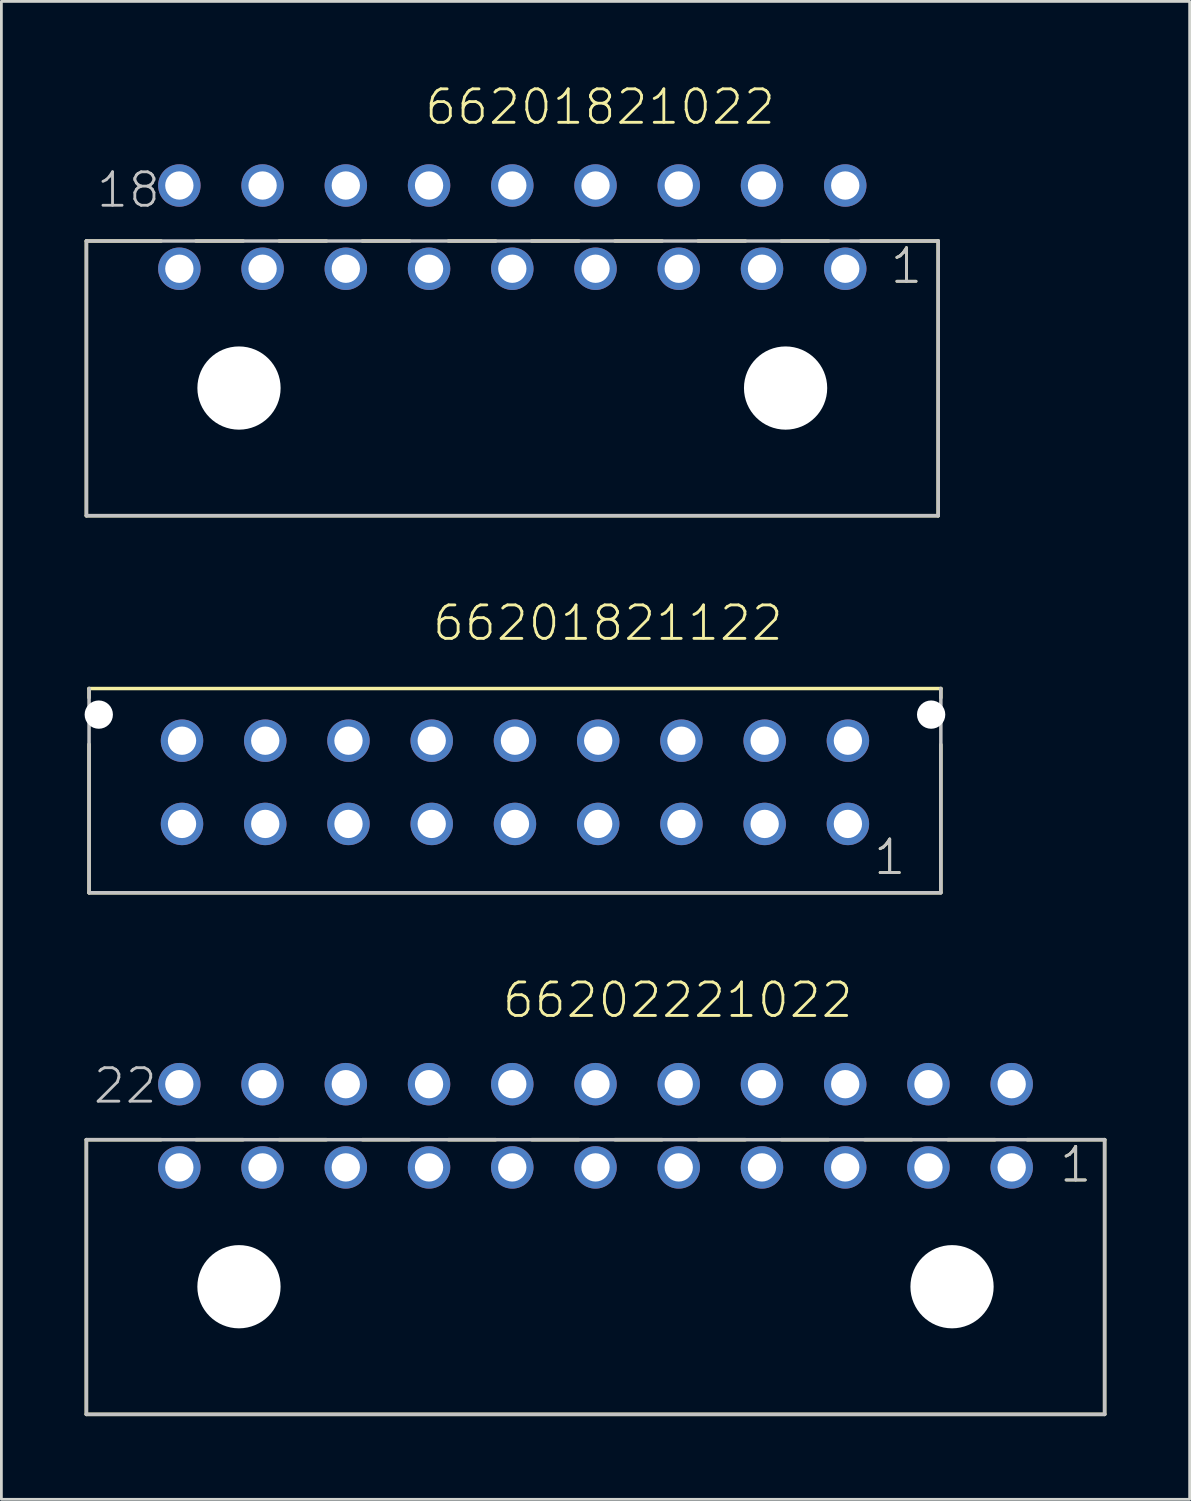
<source format=kicad_pcb>
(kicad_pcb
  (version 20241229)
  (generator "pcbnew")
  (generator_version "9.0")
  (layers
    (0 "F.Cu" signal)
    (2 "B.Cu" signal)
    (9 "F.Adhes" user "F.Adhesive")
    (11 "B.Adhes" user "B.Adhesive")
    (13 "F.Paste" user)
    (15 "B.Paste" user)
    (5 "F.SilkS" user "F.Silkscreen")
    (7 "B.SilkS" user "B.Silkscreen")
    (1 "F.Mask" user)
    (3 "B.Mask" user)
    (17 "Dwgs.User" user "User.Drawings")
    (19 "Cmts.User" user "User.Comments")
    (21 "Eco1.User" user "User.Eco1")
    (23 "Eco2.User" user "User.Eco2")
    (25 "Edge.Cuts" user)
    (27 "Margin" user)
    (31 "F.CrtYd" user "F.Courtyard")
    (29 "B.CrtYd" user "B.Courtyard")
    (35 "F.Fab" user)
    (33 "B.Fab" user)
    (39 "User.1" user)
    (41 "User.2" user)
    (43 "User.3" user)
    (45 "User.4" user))
  (footprint "66201821122"
    (layer "F.Cu")
    (at 15.51 25.146)
    (property "Reference" "66201821122" (at -3.035 -5.035 0) (layer "F.SilkS") (effects (font (size 1.206 1.206) (thickness 0.102)) (justify left bottom)))
    (attr through_hole)
    (fp_line (start -15.35 -3.05) (end -15.35 -3.38) (stroke (width 0.127) (type solid)) (layer "F.SilkS"))
    (fp_line (start -15.35 -1.37) (end -15.35 3.98) (stroke (width 0.127) (type solid)) (layer "F.SilkS"))
    (fp_line (start -15.35 3.98) (end 15.35 3.98) (stroke (width 0.127) (type solid)) (layer "F.SilkS"))
    (fp_line (start 15.35 -3.38) (end -15.35 -3.38) (stroke (width 0.127) (type solid)) (layer "F.SilkS"))
    (fp_line (start 15.35 -3.05) (end 15.35 -3.38) (stroke (width 0.127) (type solid)) (layer "F.SilkS"))
    (fp_line (start 15.35 -1.36) (end 15.35 3.94) (stroke (width 0.127) (type solid)) (layer "F.SilkS"))
    (fp_line (start -15.35 -3.38) (end -15.35 3.98) (stroke (width 0.127) (type solid)) (layer "Dwgs.User"))
    (fp_line (start -15.35 3.98) (end 15.35 3.98) (stroke (width 0.127) (type solid)) (layer "Dwgs.User"))
    (fp_line (start 15.35 3.98) (end 15.35 -3.38) (stroke (width 0.127) (type solid)) (layer "Dwgs.User"))
    (fp_text user "1" (at 12.865 3.405 0) (layer "F.SilkS") (effects (font (size 1.206 1.206) (thickness 0.102)) (justify left bottom)))
    (fp_text user "1" (at 12.865 3.405 0) (layer "Dwgs.User") (effects (font (size 1.206 1.206) (thickness 0.102)) (justify left bottom)))
    (pad "" np_thru_hole circle (at -15 -2.44) (size 1.02 1.02) (drill 1.02) (layers "*.Cu"))
    (pad "" np_thru_hole circle (at 15 -2.44) (size 1.02 1.02) (drill 1.02) (layers "*.Cu"))
    (pad "1" thru_hole circle (at 12 1.5) (size 1.53 1.53) (drill 1.02) (layers "*.Cu" "*.Mask"))
    (pad "2" thru_hole circle (at 9 1.5) (size 1.53 1.53) (drill 1.02) (layers "*.Cu" "*.Mask"))
    (pad "3" thru_hole circle (at 6 1.5) (size 1.53 1.53) (drill 1.02) (layers "*.Cu" "*.Mask"))
    (pad "4" thru_hole circle (at 3 1.5) (size 1.53 1.53) (drill 1.02) (layers "*.Cu" "*.Mask"))
    (pad "5" thru_hole circle (at 0 1.5) (size 1.53 1.53) (drill 1.02) (layers "*.Cu" "*.Mask"))
    (pad "6" thru_hole circle (at -3 1.5) (size 1.53 1.53) (drill 1.02) (layers "*.Cu" "*.Mask"))
    (pad "7" thru_hole circle (at -6 1.5) (size 1.53 1.53) (drill 1.02) (layers "*.Cu" "*.Mask"))
    (pad "8" thru_hole circle (at -9 1.5) (size 1.53 1.53) (drill 1.02) (layers "*.Cu" "*.Mask"))
    (pad "9" thru_hole circle (at -12 1.5) (size 1.53 1.53) (drill 1.02) (layers "*.Cu" "*.Mask"))
    (pad "10" thru_hole circle (at 12 -1.5) (size 1.53 1.53) (drill 1.02) (layers "*.Cu" "*.Mask"))
    (pad "11" thru_hole circle (at 9 -1.5) (size 1.53 1.53) (drill 1.02) (layers "*.Cu" "*.Mask"))
    (pad "12" thru_hole circle (at 6 -1.5) (size 1.53 1.53) (drill 1.02) (layers "*.Cu" "*.Mask"))
    (pad "13" thru_hole circle (at 3 -1.5) (size 1.53 1.53) (drill 1.02) (layers "*.Cu" "*.Mask"))
    (pad "14" thru_hole circle (at 0 -1.5) (size 1.53 1.53) (drill 1.02) (layers "*.Cu" "*.Mask"))
    (pad "15" thru_hole circle (at -3 -1.5) (size 1.53 1.53) (drill 1.02) (layers "*.Cu" "*.Mask"))
    (pad "16" thru_hole circle (at -6 -1.5) (size 1.53 1.53) (drill 1.02) (layers "*.Cu" "*.Mask"))
    (pad "17" thru_hole circle (at -9 -1.5) (size 1.53 1.53) (drill 1.02) (layers "*.Cu" "*.Mask"))
    (pad "18" thru_hole circle (at -12 -1.5) (size 1.53 1.53) (drill 1.02) (layers "*.Cu" "*.Mask")))
  (footprint "66202221022"
    (layer "F.Cu")
    (at 18.413 43.326)
    (property "Reference" "66202221022" (at -3.42 -9.625 0) (layer "F.SilkS") (effects (font (size 1.206 1.206) (thickness 0.102)) (justify left bottom)))
    (attr through_hole)
    (fp_line (start -18.35 4.6) (end -18.35 -5.3) (stroke (width 0.127) (type solid)) (layer "F.SilkS"))
    (fp_line (start -15.66 -5.3) (end -18.35 -5.3) (stroke (width 0.127) (type solid)) (layer "F.SilkS"))
    (fp_line (start -14.4 -5.3) (end -12.7 -5.3) (stroke (width 0.127) (type solid)) (layer "F.SilkS"))
    (fp_line (start -11.4 -5.3) (end -9.7 -5.3) (stroke (width 0.127) (type solid)) (layer "F.SilkS"))
    (fp_line (start -8.4 -5.3) (end -6.7 -5.3) (stroke (width 0.127) (type solid)) (layer "F.SilkS"))
    (fp_line (start -5.3 -5.3) (end -3.6 -5.3) (stroke (width 0.127) (type solid)) (layer "F.SilkS"))
    (fp_line (start -2.3 -5.3) (end -0.6 -5.3) (stroke (width 0.127) (type solid)) (layer "F.SilkS"))
    (fp_line (start 0.7 -5.3) (end 2.4 -5.3) (stroke (width 0.127) (type solid)) (layer "F.SilkS"))
    (fp_line (start 3.7 -5.3) (end 5.4 -5.3) (stroke (width 0.127) (type solid)) (layer "F.SilkS"))
    (fp_line (start 6.7 -5.3) (end 8.4 -5.3) (stroke (width 0.127) (type solid)) (layer "F.SilkS"))
    (fp_line (start 9.7 -5.3) (end 11.4 -5.3) (stroke (width 0.127) (type solid)) (layer "F.SilkS"))
    (fp_line (start 12.7 -5.3) (end 14.4 -5.3) (stroke (width 0.127) (type solid)) (layer "F.SilkS"))
    (fp_line (start 15.56 -5.3) (end 18.35 -5.3) (stroke (width 0.127) (type solid)) (layer "F.SilkS"))
    (fp_line (start 18.35 -5.3) (end 18.35 4.6) (stroke (width 0.127) (type solid)) (layer "F.SilkS"))
    (fp_line (start 18.35 4.6) (end -18.35 4.6) (stroke (width 0.127) (type solid)) (layer "F.SilkS"))
    (fp_line (start -18.35 -5.3) (end 18.35 -5.3) (stroke (width 0.127) (type solid)) (layer "Dwgs.User"))
    (fp_line (start -18.35 4.6) (end -18.35 -5.3) (stroke (width 0.127) (type solid)) (layer "Dwgs.User"))
    (fp_line (start 18.35 -5.3) (end 18.35 4.6) (stroke (width 0.127) (type solid)) (layer "Dwgs.User"))
    (fp_line (start 18.35 4.6) (end -18.35 4.6) (stroke (width 0.127) (type solid)) (layer "Dwgs.User"))
    (fp_text user "1" (at 16.665 -3.695 0) (layer "F.SilkS") (effects (font (size 1.206 1.206) (thickness 0.102)) (justify left bottom)))
    (fp_text user "1" (at 16.665 -3.695 0) (layer "Dwgs.User") (effects (font (size 1.206 1.206) (thickness 0.102)) (justify left bottom)))
    (fp_text user "22" (at -18.165 -6.535 0) (layer "Dwgs.User") (effects (font (size 1.206 1.206) (thickness 0.102)) (justify left bottom)))
    (pad "" np_thru_hole circle (at -12.85 0) (size 3 3) (drill 3) (layers "*.Cu"))
    (pad "" np_thru_hole circle (at 12.85 0) (size 3 3) (drill 3) (layers "*.Cu"))
    (pad "1" thru_hole circle (at 15 -4.3) (size 1.53 1.53) (drill 1.02) (layers "*.Cu" "*.Mask"))
    (pad "2" thru_hole circle (at 12 -4.3) (size 1.53 1.53) (drill 1.02) (layers "*.Cu" "*.Mask"))
    (pad "3" thru_hole circle (at 9 -4.3) (size 1.53 1.53) (drill 1.02) (layers "*.Cu" "*.Mask"))
    (pad "4" thru_hole circle (at 6 -4.3) (size 1.53 1.53) (drill 1.02) (layers "*.Cu" "*.Mask"))
    (pad "5" thru_hole circle (at 3 -4.3) (size 1.53 1.53) (drill 1.02) (layers "*.Cu" "*.Mask"))
    (pad "6" thru_hole circle (at 0 -4.3) (size 1.53 1.53) (drill 1.02) (layers "*.Cu" "*.Mask"))
    (pad "7" thru_hole circle (at -3 -4.3) (size 1.53 1.53) (drill 1.02) (layers "*.Cu" "*.Mask"))
    (pad "8" thru_hole circle (at -6 -4.3) (size 1.53 1.53) (drill 1.02) (layers "*.Cu" "*.Mask"))
    (pad "9" thru_hole circle (at -9 -4.3) (size 1.53 1.53) (drill 1.02) (layers "*.Cu" "*.Mask"))
    (pad "10" thru_hole circle (at -12 -4.3) (size 1.53 1.53) (drill 1.02) (layers "*.Cu" "*.Mask"))
    (pad "11" thru_hole circle (at -15 -4.3) (size 1.53 1.53) (drill 1.02) (layers "*.Cu" "*.Mask"))
    (pad "12" thru_hole circle (at 15 -7.3) (size 1.53 1.53) (drill 1.02) (layers "*.Cu" "*.Mask"))
    (pad "13" thru_hole circle (at 12 -7.3) (size 1.53 1.53) (drill 1.02) (layers "*.Cu" "*.Mask"))
    (pad "14" thru_hole circle (at 9 -7.3) (size 1.53 1.53) (drill 1.02) (layers "*.Cu" "*.Mask"))
    (pad "15" thru_hole circle (at 6 -7.3) (size 1.53 1.53) (drill 1.02) (layers "*.Cu" "*.Mask"))
    (pad "16" thru_hole circle (at 3 -7.3) (size 1.53 1.53) (drill 1.02) (layers "*.Cu" "*.Mask"))
    (pad "17" thru_hole circle (at 0 -7.3) (size 1.53 1.53) (drill 1.02) (layers "*.Cu" "*.Mask"))
    (pad "18" thru_hole circle (at -3 -7.3) (size 1.53 1.53) (drill 1.02) (layers "*.Cu" "*.Mask"))
    (pad "19" thru_hole circle (at -6 -7.3) (size 1.53 1.53) (drill 1.02) (layers "*.Cu" "*.Mask"))
    (pad "20" thru_hole circle (at -9 -7.3) (size 1.53 1.53) (drill 1.02) (layers "*.Cu" "*.Mask"))
    (pad "21" thru_hole circle (at -12 -7.3) (size 1.53 1.53) (drill 1.02) (layers "*.Cu" "*.Mask"))
    (pad "22" thru_hole circle (at -15 -7.3) (size 1.53 1.53) (drill 1.02) (layers "*.Cu" "*.Mask")))
  (footprint "66201821022"
    (layer "F.Cu")
    (at 15.414 10.936)
    (property "Reference" "66201821022" (at -3.22 -9.425 0) (layer "F.SilkS") (effects (font (size 1.206 1.206) (thickness 0.102)) (justify left bottom)))
    (attr through_hole)
    (fp_line (start -15.35 4.6) (end -15.35 -5.3) (stroke (width 0.127) (type solid)) (layer "F.SilkS"))
    (fp_line (start -12.66 -5.3) (end -15.35 -5.3) (stroke (width 0.127) (type solid)) (layer "F.SilkS"))
    (fp_line (start -11.4 -5.3) (end -9.7 -5.3) (stroke (width 0.127) (type solid)) (layer "F.SilkS"))
    (fp_line (start -8.4 -5.3) (end -6.7 -5.3) (stroke (width 0.127) (type solid)) (layer "F.SilkS"))
    (fp_line (start -5.4 -5.3) (end -3.7 -5.3) (stroke (width 0.127) (type solid)) (layer "F.SilkS"))
    (fp_line (start -2.3 -5.3) (end -0.6 -5.3) (stroke (width 0.127) (type solid)) (layer "F.SilkS"))
    (fp_line (start 0.7 -5.3) (end 2.4 -5.3) (stroke (width 0.127) (type solid)) (layer "F.SilkS"))
    (fp_line (start 3.7 -5.3) (end 5.4 -5.3) (stroke (width 0.127) (type solid)) (layer "F.SilkS"))
    (fp_line (start 6.7 -5.3) (end 8.4 -5.3) (stroke (width 0.127) (type solid)) (layer "F.SilkS"))
    (fp_line (start 9.7 -5.3) (end 11.4 -5.3) (stroke (width 0.127) (type solid)) (layer "F.SilkS"))
    (fp_line (start 12.56 -5.3) (end 15.35 -5.3) (stroke (width 0.127) (type solid)) (layer "F.SilkS"))
    (fp_line (start 15.35 -5.3) (end 15.35 4.6) (stroke (width 0.127) (type solid)) (layer "F.SilkS"))
    (fp_line (start 15.35 4.6) (end -15.35 4.6) (stroke (width 0.127) (type solid)) (layer "F.SilkS"))
    (fp_line (start -15.35 -5.3) (end 15.35 -5.3) (stroke (width 0.127) (type solid)) (layer "Dwgs.User"))
    (fp_line (start -15.35 4.6) (end -15.35 -5.3) (stroke (width 0.127) (type solid)) (layer "Dwgs.User"))
    (fp_line (start 15.35 -5.3) (end 15.35 4.6) (stroke (width 0.127) (type solid)) (layer "Dwgs.User"))
    (fp_line (start 15.35 4.6) (end -15.35 4.6) (stroke (width 0.127) (type solid)) (layer "Dwgs.User"))
    (fp_text user "1" (at 13.565 -3.695 0) (layer "F.SilkS") (effects (font (size 1.206 1.206) (thickness 0.102)) (justify left bottom)))
    (fp_text user "18" (at -15.05 -6.435 0) (layer "Dwgs.User") (effects (font (size 1.206 1.206) (thickness 0.102)) (justify left bottom)))
    (fp_text user "1" (at 13.565 -3.695 0) (layer "Dwgs.User") (effects (font (size 1.206 1.206) (thickness 0.102)) (justify left bottom)))
    (pad "" np_thru_hole circle (at -9.85 0) (size 3 3) (drill 3) (layers "*.Cu"))
    (pad "" np_thru_hole circle (at 9.85 0) (size 3 3) (drill 3) (layers "*.Cu"))
    (pad "1" thru_hole circle (at 12 -4.3) (size 1.53 1.53) (drill 1.02) (layers "*.Cu" "*.Mask"))
    (pad "2" thru_hole circle (at 9 -4.3) (size 1.53 1.53) (drill 1.02) (layers "*.Cu" "*.Mask"))
    (pad "3" thru_hole circle (at 6 -4.3) (size 1.53 1.53) (drill 1.02) (layers "*.Cu" "*.Mask"))
    (pad "4" thru_hole circle (at 3 -4.3) (size 1.53 1.53) (drill 1.02) (layers "*.Cu" "*.Mask"))
    (pad "5" thru_hole circle (at 0 -4.3) (size 1.53 1.53) (drill 1.02) (layers "*.Cu" "*.Mask"))
    (pad "6" thru_hole circle (at -3 -4.3) (size 1.53 1.53) (drill 1.02) (layers "*.Cu" "*.Mask"))
    (pad "7" thru_hole circle (at -6 -4.3) (size 1.53 1.53) (drill 1.02) (layers "*.Cu" "*.Mask"))
    (pad "8" thru_hole circle (at -9 -4.3) (size 1.53 1.53) (drill 1.02) (layers "*.Cu" "*.Mask"))
    (pad "9" thru_hole circle (at -12 -4.3) (size 1.53 1.53) (drill 1.02) (layers "*.Cu" "*.Mask"))
    (pad "10" thru_hole circle (at 12 -7.3) (size 1.53 1.53) (drill 1.02) (layers "*.Cu" "*.Mask"))
    (pad "11" thru_hole circle (at 9 -7.3) (size 1.53 1.53) (drill 1.02) (layers "*.Cu" "*.Mask"))
    (pad "12" thru_hole circle (at 6 -7.3) (size 1.53 1.53) (drill 1.02) (layers "*.Cu" "*.Mask"))
    (pad "13" thru_hole circle (at 3 -7.3) (size 1.53 1.53) (drill 1.02) (layers "*.Cu" "*.Mask"))
    (pad "14" thru_hole circle (at 0 -7.3) (size 1.53 1.53) (drill 1.02) (layers "*.Cu" "*.Mask"))
    (pad "15" thru_hole circle (at -3 -7.3) (size 1.53 1.53) (drill 1.02) (layers "*.Cu" "*.Mask"))
    (pad "16" thru_hole circle (at -6 -7.3) (size 1.53 1.53) (drill 1.02) (layers "*.Cu" "*.Mask"))
    (pad "17" thru_hole circle (at -9 -7.3) (size 1.53 1.53) (drill 1.02) (layers "*.Cu" "*.Mask"))
    (pad "18" thru_hole circle (at -12 -7.3) (size 1.53 1.53) (drill 1.02) (layers "*.Cu" "*.Mask")))
  (gr_rect
    (start -3 -3)
    (end 39.827 50.989)
    (stroke (width 0.1) (type default))
    (fill no)
    (layer "Edge.Cuts")))
</source>
